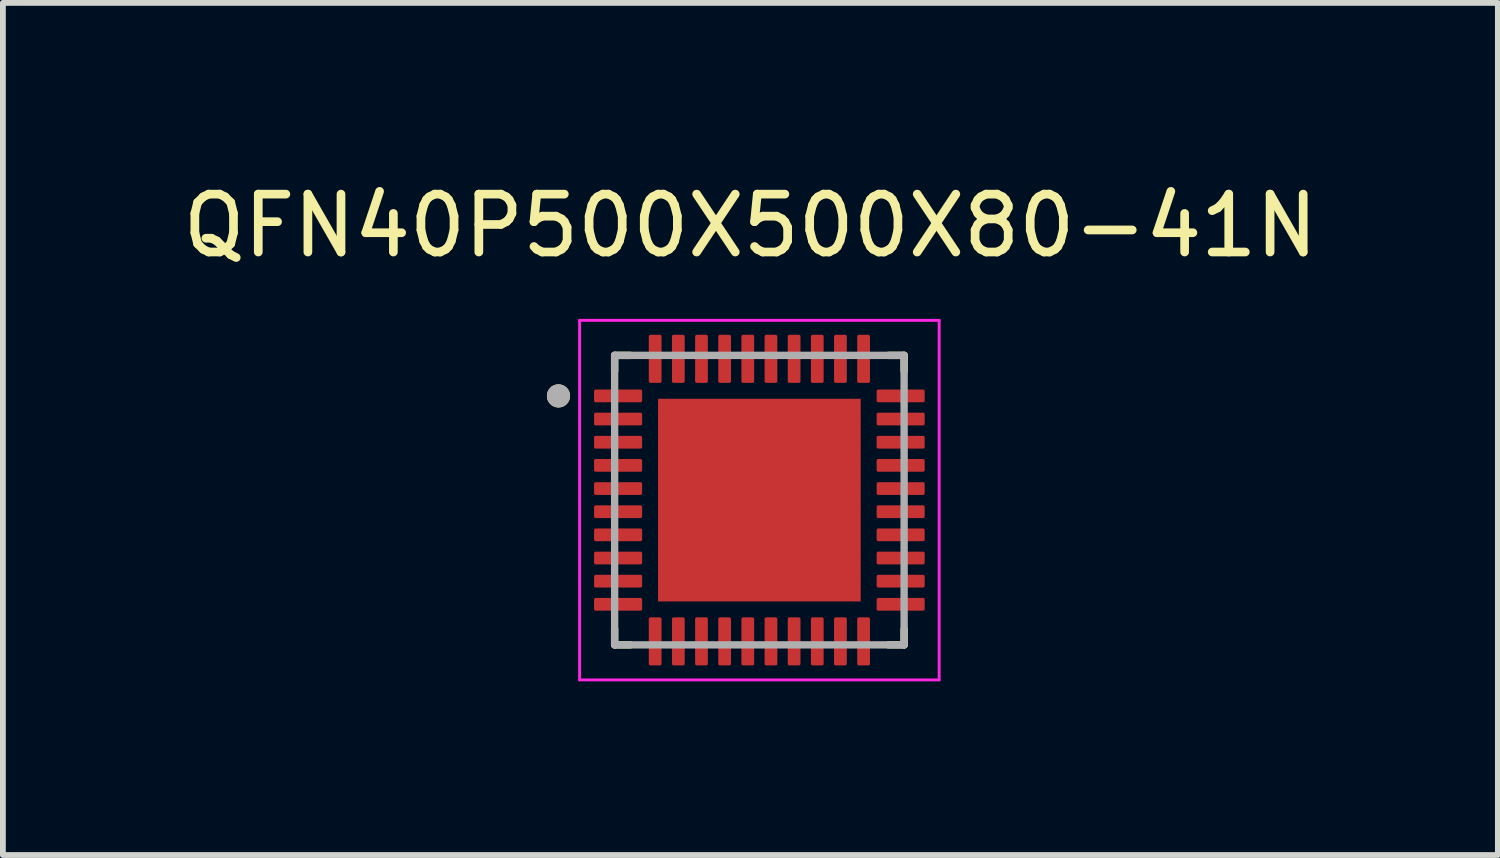
<source format=kicad_pcb>
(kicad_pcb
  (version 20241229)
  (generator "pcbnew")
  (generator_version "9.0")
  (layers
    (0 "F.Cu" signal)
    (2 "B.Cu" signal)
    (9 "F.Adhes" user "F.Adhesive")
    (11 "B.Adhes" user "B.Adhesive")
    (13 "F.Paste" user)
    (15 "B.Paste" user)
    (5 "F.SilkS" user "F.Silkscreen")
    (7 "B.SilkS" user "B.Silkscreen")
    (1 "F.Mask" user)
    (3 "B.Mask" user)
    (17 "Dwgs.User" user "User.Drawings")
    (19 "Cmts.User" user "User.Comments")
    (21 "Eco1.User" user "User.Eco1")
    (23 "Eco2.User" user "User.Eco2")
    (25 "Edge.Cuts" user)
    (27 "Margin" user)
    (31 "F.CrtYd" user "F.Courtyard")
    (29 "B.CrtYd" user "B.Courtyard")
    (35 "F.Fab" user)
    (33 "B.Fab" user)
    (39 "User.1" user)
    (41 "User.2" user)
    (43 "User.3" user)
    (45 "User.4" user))
  (footprint "QFN40P500X500X80-41N"
    (layer "F.Cu")
    (at 10.066 5.588)
    (property "Reference" "QFN40P500X500X80-41N" (at -0.155 -4.74 0) (layer "F.SilkS") (effects (font (size 1 1) (thickness 0.15))))
    (attr smd)
    (fp_line (start -2.5 -2.5) (end -2.5 -2.23) (stroke (width 0.127) (type solid)) (layer "F.SilkS"))
    (fp_line (start -2.5 -2.5) (end -2.23 -2.5) (stroke (width 0.127) (type solid)) (layer "F.SilkS"))
    (fp_line (start -2.5 2.5) (end -2.5 2.23) (stroke (width 0.127) (type solid)) (layer "F.SilkS"))
    (fp_line (start -2.5 2.5) (end -2.23 2.5) (stroke (width 0.127) (type solid)) (layer "F.SilkS"))
    (fp_line (start 2.5 -2.5) (end 2.23 -2.5) (stroke (width 0.127) (type solid)) (layer "F.SilkS"))
    (fp_line (start 2.5 -2.5) (end 2.5 -2.23) (stroke (width 0.127) (type solid)) (layer "F.SilkS"))
    (fp_line (start 2.5 2.5) (end 2.23 2.5) (stroke (width 0.127) (type solid)) (layer "F.SilkS"))
    (fp_line (start 2.5 2.5) (end 2.5 2.23) (stroke (width 0.127) (type solid)) (layer "F.SilkS"))
    (fp_circle (center -3.47 -1.8) (end -3.37 -1.8) (stroke (width 0.2) (type solid)) (fill no) (layer "F.SilkS"))
    (fp_poly (pts (xy -1.11 -1.11) (xy 1.11 -1.11) (xy 1.11 1.11) (xy -1.11 1.11)) (stroke (width 0.01) (type solid)) (fill yes) (layer "F.Paste"))
    (fp_line (start -3.105 -3.105) (end 3.105 -3.105) (stroke (width 0.05) (type solid)) (layer "F.CrtYd"))
    (fp_line (start -3.105 3.105) (end -3.105 -3.105) (stroke (width 0.05) (type solid)) (layer "F.CrtYd"))
    (fp_line (start -3.105 3.105) (end 3.105 3.105) (stroke (width 0.05) (type solid)) (layer "F.CrtYd"))
    (fp_line (start 3.105 3.105) (end 3.105 -3.105) (stroke (width 0.05) (type solid)) (layer "F.CrtYd"))
    (fp_line (start -2.5 2.5) (end -2.5 -2.5) (stroke (width 0.127) (type solid)) (layer "F.Fab"))
    (fp_line (start 2.5 -2.5) (end -2.5 -2.5) (stroke (width 0.127) (type solid)) (layer "F.Fab"))
    (fp_line (start 2.5 2.5) (end -2.5 2.5) (stroke (width 0.127) (type solid)) (layer "F.Fab"))
    (fp_line (start 2.5 2.5) (end 2.5 -2.5) (stroke (width 0.127) (type solid)) (layer "F.Fab"))
    (fp_circle (center -3.47 -1.8) (end -3.37 -1.8) (stroke (width 0.2) (type solid)) (fill no) (layer "F.Fab"))
    (pad "1" smd roundrect (at -2.44 -1.8) (size 0.83 0.22) (layers "F.Cu" "F.Mask" "F.Paste") (roundrect_rratio 0.125))
    (pad "2" smd roundrect (at -2.44 -1.4) (size 0.83 0.22) (layers "F.Cu" "F.Mask" "F.Paste") (roundrect_rratio 0.125))
    (pad "3" smd roundrect (at -2.44 -1) (size 0.83 0.22) (layers "F.Cu" "F.Mask" "F.Paste") (roundrect_rratio 0.125))
    (pad "4" smd roundrect (at -2.44 -0.6) (size 0.83 0.22) (layers "F.Cu" "F.Mask" "F.Paste") (roundrect_rratio 0.125))
    (pad "5" smd roundrect (at -2.44 -0.2) (size 0.83 0.22) (layers "F.Cu" "F.Mask" "F.Paste") (roundrect_rratio 0.125))
    (pad "6" smd roundrect (at -2.44 0.2) (size 0.83 0.22) (layers "F.Cu" "F.Mask" "F.Paste") (roundrect_rratio 0.125))
    (pad "7" smd roundrect (at -2.44 0.6) (size 0.83 0.22) (layers "F.Cu" "F.Mask" "F.Paste") (roundrect_rratio 0.125))
    (pad "8" smd roundrect (at -2.44 1) (size 0.83 0.22) (layers "F.Cu" "F.Mask" "F.Paste") (roundrect_rratio 0.125))
    (pad "9" smd roundrect (at -2.44 1.4) (size 0.83 0.22) (layers "F.Cu" "F.Mask" "F.Paste") (roundrect_rratio 0.125))
    (pad "10" smd roundrect (at -2.44 1.8) (size 0.83 0.22) (layers "F.Cu" "F.Mask" "F.Paste") (roundrect_rratio 0.125))
    (pad "11" smd roundrect (at -1.8 2.44 90) (size 0.83 0.22) (layers "F.Cu" "F.Mask" "F.Paste") (roundrect_rratio 0.125))
    (pad "12" smd roundrect (at -1.4 2.44 90) (size 0.83 0.22) (layers "F.Cu" "F.Mask" "F.Paste") (roundrect_rratio 0.125))
    (pad "13" smd roundrect (at -1 2.44 90) (size 0.83 0.22) (layers "F.Cu" "F.Mask" "F.Paste") (roundrect_rratio 0.125))
    (pad "14" smd roundrect (at -0.6 2.44 90) (size 0.83 0.22) (layers "F.Cu" "F.Mask" "F.Paste") (roundrect_rratio 0.125))
    (pad "15" smd roundrect (at -0.2 2.44 90) (size 0.83 0.22) (layers "F.Cu" "F.Mask" "F.Paste") (roundrect_rratio 0.125))
    (pad "16" smd roundrect (at 0.2 2.44 90) (size 0.83 0.22) (layers "F.Cu" "F.Mask" "F.Paste") (roundrect_rratio 0.125))
    (pad "17" smd roundrect (at 0.6 2.44 90) (size 0.83 0.22) (layers "F.Cu" "F.Mask" "F.Paste") (roundrect_rratio 0.125))
    (pad "18" smd roundrect (at 1 2.44 90) (size 0.83 0.22) (layers "F.Cu" "F.Mask" "F.Paste") (roundrect_rratio 0.125))
    (pad "19" smd roundrect (at 1.4 2.44 90) (size 0.83 0.22) (layers "F.Cu" "F.Mask" "F.Paste") (roundrect_rratio 0.125))
    (pad "20" smd roundrect (at 1.8 2.44 90) (size 0.83 0.22) (layers "F.Cu" "F.Mask" "F.Paste") (roundrect_rratio 0.125))
    (pad "21" smd roundrect (at 2.44 1.8) (size 0.83 0.22) (layers "F.Cu" "F.Mask" "F.Paste") (roundrect_rratio 0.125))
    (pad "22" smd roundrect (at 2.44 1.4) (size 0.83 0.22) (layers "F.Cu" "F.Mask" "F.Paste") (roundrect_rratio 0.125))
    (pad "23" smd roundrect (at 2.44 1) (size 0.83 0.22) (layers "F.Cu" "F.Mask" "F.Paste") (roundrect_rratio 0.125))
    (pad "24" smd roundrect (at 2.44 0.6) (size 0.83 0.22) (layers "F.Cu" "F.Mask" "F.Paste") (roundrect_rratio 0.125))
    (pad "25" smd roundrect (at 2.44 0.2) (size 0.83 0.22) (layers "F.Cu" "F.Mask" "F.Paste") (roundrect_rratio 0.125))
    (pad "26" smd roundrect (at 2.44 -0.2) (size 0.83 0.22) (layers "F.Cu" "F.Mask" "F.Paste") (roundrect_rratio 0.125))
    (pad "27" smd roundrect (at 2.44 -0.6) (size 0.83 0.22) (layers "F.Cu" "F.Mask" "F.Paste") (roundrect_rratio 0.125))
    (pad "28" smd roundrect (at 2.44 -1) (size 0.83 0.22) (layers "F.Cu" "F.Mask" "F.Paste") (roundrect_rratio 0.125))
    (pad "29" smd roundrect (at 2.44 -1.4) (size 0.83 0.22) (layers "F.Cu" "F.Mask" "F.Paste") (roundrect_rratio 0.125))
    (pad "30" smd roundrect (at 2.44 -1.8) (size 0.83 0.22) (layers "F.Cu" "F.Mask" "F.Paste") (roundrect_rratio 0.125))
    (pad "31" smd roundrect (at 1.8 -2.44 90) (size 0.83 0.22) (layers "F.Cu" "F.Mask" "F.Paste") (roundrect_rratio 0.125))
    (pad "32" smd roundrect (at 1.4 -2.44 90) (size 0.83 0.22) (layers "F.Cu" "F.Mask" "F.Paste") (roundrect_rratio 0.125))
    (pad "33" smd roundrect (at 1 -2.44 90) (size 0.83 0.22) (layers "F.Cu" "F.Mask" "F.Paste") (roundrect_rratio 0.125))
    (pad "34" smd roundrect (at 0.6 -2.44 90) (size 0.83 0.22) (layers "F.Cu" "F.Mask" "F.Paste") (roundrect_rratio 0.125))
    (pad "35" smd roundrect (at 0.2 -2.44 90) (size 0.83 0.22) (layers "F.Cu" "F.Mask" "F.Paste") (roundrect_rratio 0.125))
    (pad "36" smd roundrect (at -0.2 -2.44 90) (size 0.83 0.22) (layers "F.Cu" "F.Mask" "F.Paste") (roundrect_rratio 0.125))
    (pad "37" smd roundrect (at -0.6 -2.44 90) (size 0.83 0.22) (layers "F.Cu" "F.Mask" "F.Paste") (roundrect_rratio 0.125))
    (pad "38" smd roundrect (at -1 -2.44 90) (size 0.83 0.22) (layers "F.Cu" "F.Mask" "F.Paste") (roundrect_rratio 0.125))
    (pad "39" smd roundrect (at -1.4 -2.44 90) (size 0.83 0.22) (layers "F.Cu" "F.Mask" "F.Paste") (roundrect_rratio 0.125))
    (pad "40" smd roundrect (at -1.8 -2.44 90) (size 0.83 0.22) (layers "F.Cu" "F.Mask" "F.Paste") (roundrect_rratio 0.125))
    (pad "41" smd rect (at 0 0) (size 3.5 3.5) (layers "F.Cu" "F.Mask")))
  (gr_rect
    (start -3 -3)
    (end 22.821 11.718)
    (stroke (width 0.1) (type default))
    (fill no)
    (layer "Edge.Cuts")))
</source>
